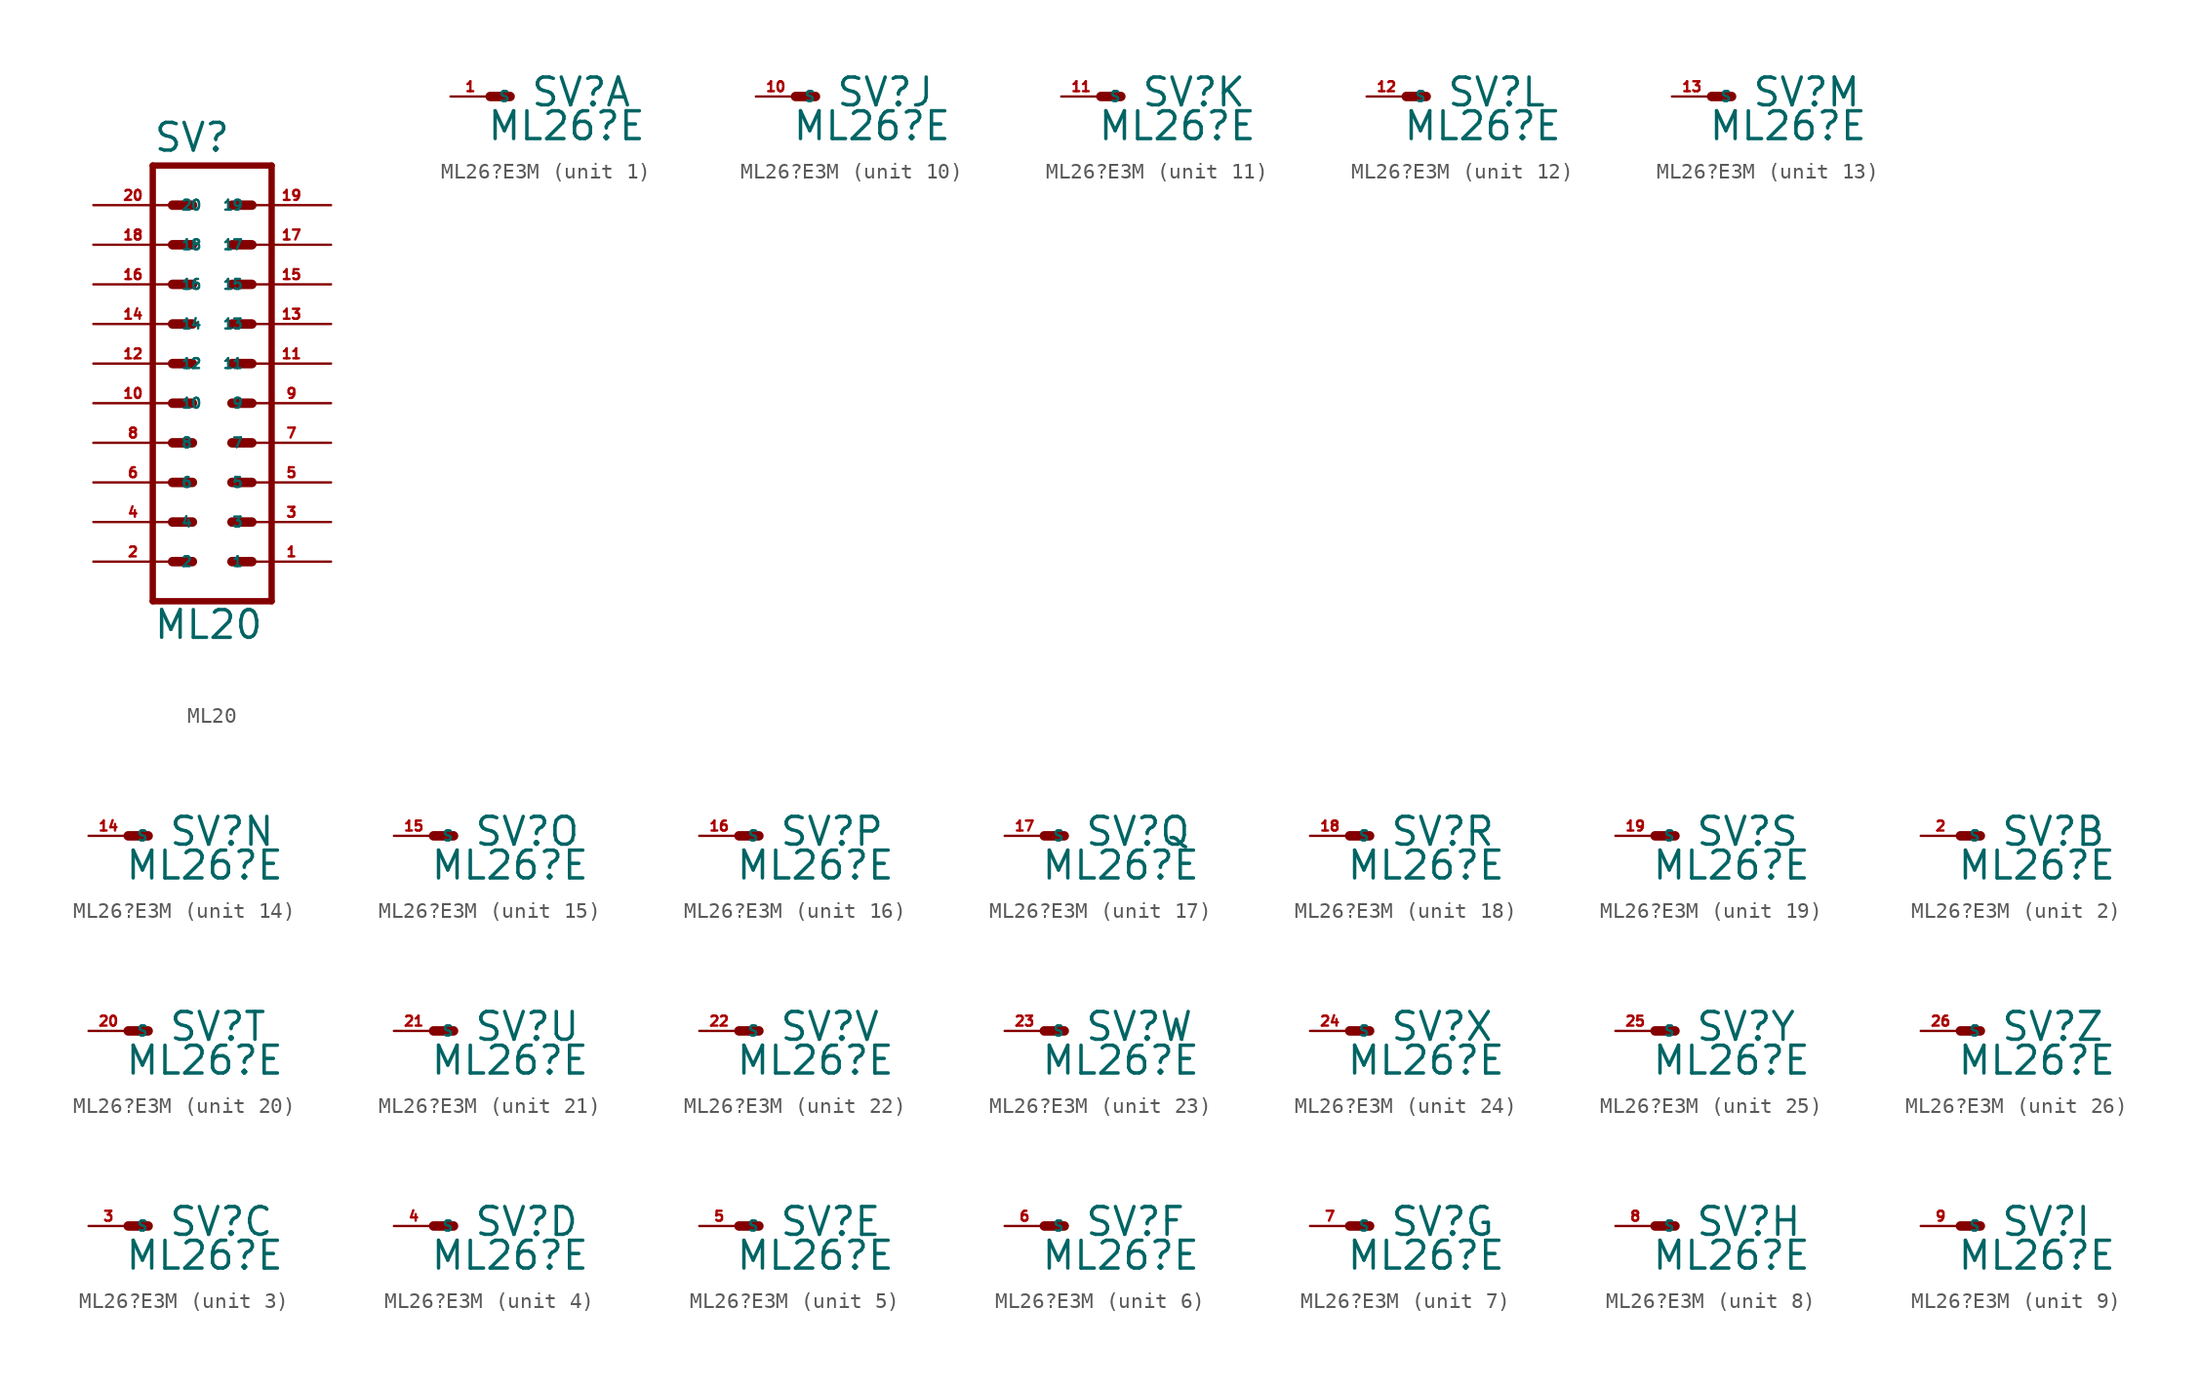
<source format=kicad_sym>
(kicad_symbol_lib
  (version 20220914)
  (generator Eagle2Kicad)
  (symbol "ML20"
    (property "Reference" "SV"
      (at -3.81 13.462 0)
      (effects (font (size 1.778 1.778) (thickness 0.22)) (justify left bottom)))
    (property "Value" "ML20"
      (at -3.81 -17.78 0)
      (effects (font (size 1.778 1.778) (thickness 0.22)) (justify left bottom)))
    (polyline
      (pts (xy 3.81 -15.24) (xy -3.81 -15.24))
      (stroke (width 0.406) (type default))
      (fill (type none)))
    (polyline
      (pts (xy -3.81 12.7) (xy -3.81 -15.24))
      (stroke (width 0.406) (type default))
      (fill (type none)))
    (polyline
      (pts (xy -3.81 12.7) (xy 3.81 12.7))
      (stroke (width 0.406) (type default))
      (fill (type none)))
    (polyline
      (pts (xy 3.81 -15.24) (xy 3.81 12.7))
      (stroke (width 0.406) (type default))
      (fill (type none)))
    (polyline
      (pts (xy 1.27 -2.54) (xy 2.54 -2.54))
      (stroke (width 0.61) (type default))
      (fill (type none)))
    (polyline
      (pts (xy 1.27 -5.08) (xy 2.54 -5.08))
      (stroke (width 0.61) (type default))
      (fill (type none)))
    (polyline
      (pts (xy 1.27 -7.62) (xy 2.54 -7.62))
      (stroke (width 0.61) (type default))
      (fill (type none)))
    (polyline
      (pts (xy 1.27 -10.16) (xy 2.54 -10.16))
      (stroke (width 0.61) (type default))
      (fill (type none)))
    (polyline
      (pts (xy 1.27 -12.7) (xy 2.54 -12.7))
      (stroke (width 0.61) (type default))
      (fill (type none)))
    (polyline
      (pts (xy -2.54 -2.54) (xy -1.27 -2.54))
      (stroke (width 0.61) (type default))
      (fill (type none)))
    (polyline
      (pts (xy -2.54 -5.08) (xy -1.27 -5.08))
      (stroke (width 0.61) (type default))
      (fill (type none)))
    (polyline
      (pts (xy -2.54 -7.62) (xy -1.27 -7.62))
      (stroke (width 0.61) (type default))
      (fill (type none)))
    (polyline
      (pts (xy -2.54 -10.16) (xy -1.27 -10.16))
      (stroke (width 0.61) (type default))
      (fill (type none)))
    (polyline
      (pts (xy -2.54 -12.7) (xy -1.27 -12.7))
      (stroke (width 0.61) (type default))
      (fill (type none)))
    (polyline
      (pts (xy 1.27 0) (xy 2.54 0))
      (stroke (width 0.61) (type default))
      (fill (type none)))
    (polyline
      (pts (xy 1.27 2.54) (xy 2.54 2.54))
      (stroke (width 0.61) (type default))
      (fill (type none)))
    (polyline
      (pts (xy 1.27 5.08) (xy 2.54 5.08))
      (stroke (width 0.61) (type default))
      (fill (type none)))
    (polyline
      (pts (xy 1.27 7.62) (xy 2.54 7.62))
      (stroke (width 0.61) (type default))
      (fill (type none)))
    (polyline
      (pts (xy 1.27 10.16) (xy 2.54 10.16))
      (stroke (width 0.61) (type default))
      (fill (type none)))
    (polyline
      (pts (xy -2.54 0) (xy -1.27 0))
      (stroke (width 0.61) (type default))
      (fill (type none)))
    (polyline
      (pts (xy -2.54 2.54) (xy -1.27 2.54))
      (stroke (width 0.61) (type default))
      (fill (type none)))
    (polyline
      (pts (xy -2.54 5.08) (xy -1.27 5.08))
      (stroke (width 0.61) (type default))
      (fill (type none)))
    (polyline
      (pts (xy -2.54 7.62) (xy -1.27 7.62))
      (stroke (width 0.61) (type default))
      (fill (type none)))
    (polyline
      (pts (xy -2.54 10.16) (xy -1.27 10.16))
      (stroke (width 0.61) (type default))
      (fill (type none)))
    (pin passive line
      (at 7.62 -12.7 180)
      (length 5.08)
      (name "1" (effects (font (size 0.635 0.635) (thickness 0.08)) (justify left bottom)))
      (number "1" (effects (font (size 0.635 0.635) (thickness 0.08)) (justify left bottom))))
    (pin passive line
      (at 7.62 -10.16 180)
      (length 5.08)
      (name "3" (effects (font (size 0.635 0.635) (thickness 0.08)) (justify left bottom)))
      (number "3" (effects (font (size 0.635 0.635) (thickness 0.08)) (justify left bottom))))
    (pin passive line
      (at 7.62 -7.62 180)
      (length 5.08)
      (name "5" (effects (font (size 0.635 0.635) (thickness 0.08)) (justify left bottom)))
      (number "5" (effects (font (size 0.635 0.635) (thickness 0.08)) (justify left bottom))))
    (pin passive line
      (at 7.62 -5.08 180)
      (length 5.08)
      (name "7" (effects (font (size 0.635 0.635) (thickness 0.08)) (justify left bottom)))
      (number "7" (effects (font (size 0.635 0.635) (thickness 0.08)) (justify left bottom))))
    (pin passive line
      (at 7.62 -2.54 180)
      (length 5.08)
      (name "9" (effects (font (size 0.635 0.635) (thickness 0.08)) (justify left bottom)))
      (number "9" (effects (font (size 0.635 0.635) (thickness 0.08)) (justify left bottom))))
    (pin passive line
      (at 7.62 0 180)
      (length 5.08)
      (name "11" (effects (font (size 0.635 0.635) (thickness 0.08)) (justify left bottom)))
      (number "11" (effects (font (size 0.635 0.635) (thickness 0.08)) (justify left bottom))))
    (pin passive line
      (at 7.62 2.54 180)
      (length 5.08)
      (name "13" (effects (font (size 0.635 0.635) (thickness 0.08)) (justify left bottom)))
      (number "13" (effects (font (size 0.635 0.635) (thickness 0.08)) (justify left bottom))))
    (pin passive line
      (at 7.62 5.08 180)
      (length 5.08)
      (name "15" (effects (font (size 0.635 0.635) (thickness 0.08)) (justify left bottom)))
      (number "15" (effects (font (size 0.635 0.635) (thickness 0.08)) (justify left bottom))))
    (pin passive line
      (at 7.62 7.62 180)
      (length 5.08)
      (name "17" (effects (font (size 0.635 0.635) (thickness 0.08)) (justify left bottom)))
      (number "17" (effects (font (size 0.635 0.635) (thickness 0.08)) (justify left bottom))))
    (pin passive line
      (at 7.62 10.16 180)
      (length 5.08)
      (name "19" (effects (font (size 0.635 0.635) (thickness 0.08)) (justify left bottom)))
      (number "19" (effects (font (size 0.635 0.635) (thickness 0.08)) (justify left bottom))))
    (pin passive line
      (at -7.62 -12.7 0)
      (length 5.08)
      (name "2" (effects (font (size 0.635 0.635) (thickness 0.08)) (justify left bottom)))
      (number "2" (effects (font (size 0.635 0.635) (thickness 0.08)) (justify left bottom))))
    (pin passive line
      (at -7.62 -10.16 0)
      (length 5.08)
      (name "4" (effects (font (size 0.635 0.635) (thickness 0.08)) (justify left bottom)))
      (number "4" (effects (font (size 0.635 0.635) (thickness 0.08)) (justify left bottom))))
    (pin passive line
      (at -7.62 -7.62 0)
      (length 5.08)
      (name "6" (effects (font (size 0.635 0.635) (thickness 0.08)) (justify left bottom)))
      (number "6" (effects (font (size 0.635 0.635) (thickness 0.08)) (justify left bottom))))
    (pin passive line
      (at -7.62 -5.08 0)
      (length 5.08)
      (name "8" (effects (font (size 0.635 0.635) (thickness 0.08)) (justify left bottom)))
      (number "8" (effects (font (size 0.635 0.635) (thickness 0.08)) (justify left bottom))))
    (pin passive line
      (at -7.62 -2.54 0)
      (length 5.08)
      (name "10" (effects (font (size 0.635 0.635) (thickness 0.08)) (justify left bottom)))
      (number "10" (effects (font (size 0.635 0.635) (thickness 0.08)) (justify left bottom))))
    (pin passive line
      (at -7.62 0 0)
      (length 5.08)
      (name "12" (effects (font (size 0.635 0.635) (thickness 0.08)) (justify left bottom)))
      (number "12" (effects (font (size 0.635 0.635) (thickness 0.08)) (justify left bottom))))
    (pin passive line
      (at -7.62 2.54 0)
      (length 5.08)
      (name "14" (effects (font (size 0.635 0.635) (thickness 0.08)) (justify left bottom)))
      (number "14" (effects (font (size 0.635 0.635) (thickness 0.08)) (justify left bottom))))
    (pin passive line
      (at -7.62 5.08 0)
      (length 5.08)
      (name "16" (effects (font (size 0.635 0.635) (thickness 0.08)) (justify left bottom)))
      (number "16" (effects (font (size 0.635 0.635) (thickness 0.08)) (justify left bottom))))
    (pin passive line
      (at -7.62 7.62 0)
      (length 5.08)
      (name "18" (effects (font (size 0.635 0.635) (thickness 0.08)) (justify left bottom)))
      (number "18" (effects (font (size 0.635 0.635) (thickness 0.08)) (justify left bottom))))
    (pin passive line
      (at -7.62 10.16 0)
      (length 5.08)
      (name "20" (effects (font (size 0.635 0.635) (thickness 0.08)) (justify left bottom)))
      (number "20" (effects (font (size 0.635 0.635) (thickness 0.08)) (justify left bottom)))))
  (symbol "ML26?E3M"
    (property "Reference" "SV"
      (at 2.54 -0.762 0)
      (effects (font (size 1.778 1.778) (thickness 0.22)) (justify left bottom)))
    (property "Value" "ML26?E"
      (at -0.254 -2.921 0)
      (effects (font (size 1.778 1.778) (thickness 0.22)) (justify left bottom)))
    (symbol "ML26?E3M_1_0"
      (polyline (pts (xy 1.27 0) (xy 0 0)) (stroke (width 0.61) (type default)) (fill (type none)))
      (pin passive line (at -2.54 0 0) (length 2.54) (name "S" (effects (font (size 0.635 0.635) (thickness 0.08)) (justify left bottom))) (number "1" (effects (font (size 0.635 0.635) (thickness 0.08)) (justify left bottom)))))
    (symbol "ML26?E3M_2_0"
      (polyline (pts (xy 1.27 0) (xy 0 0)) (stroke (width 0.61) (type default)) (fill (type none)))
      (pin passive line (at -2.54 0 0) (length 2.54) (name "S" (effects (font (size 0.635 0.635) (thickness 0.08)) (justify left bottom))) (number "2" (effects (font (size 0.635 0.635) (thickness 0.08)) (justify left bottom)))))
    (symbol "ML26?E3M_3_0"
      (polyline (pts (xy 1.27 0) (xy 0 0)) (stroke (width 0.61) (type default)) (fill (type none)))
      (pin passive line (at -2.54 0 0) (length 2.54) (name "S" (effects (font (size 0.635 0.635) (thickness 0.08)) (justify left bottom))) (number "3" (effects (font (size 0.635 0.635) (thickness 0.08)) (justify left bottom)))))
    (symbol "ML26?E3M_4_0"
      (polyline (pts (xy 1.27 0) (xy 0 0)) (stroke (width 0.61) (type default)) (fill (type none)))
      (pin passive line (at -2.54 0 0) (length 2.54) (name "S" (effects (font (size 0.635 0.635) (thickness 0.08)) (justify left bottom))) (number "4" (effects (font (size 0.635 0.635) (thickness 0.08)) (justify left bottom)))))
    (symbol "ML26?E3M_5_0"
      (polyline (pts (xy 1.27 0) (xy 0 0)) (stroke (width 0.61) (type default)) (fill (type none)))
      (pin passive line (at -2.54 0 0) (length 2.54) (name "S" (effects (font (size 0.635 0.635) (thickness 0.08)) (justify left bottom))) (number "5" (effects (font (size 0.635 0.635) (thickness 0.08)) (justify left bottom)))))
    (symbol "ML26?E3M_6_0"
      (polyline (pts (xy 1.27 0) (xy 0 0)) (stroke (width 0.61) (type default)) (fill (type none)))
      (pin passive line (at -2.54 0 0) (length 2.54) (name "S" (effects (font (size 0.635 0.635) (thickness 0.08)) (justify left bottom))) (number "6" (effects (font (size 0.635 0.635) (thickness 0.08)) (justify left bottom)))))
    (symbol "ML26?E3M_7_0"
      (polyline (pts (xy 1.27 0) (xy 0 0)) (stroke (width 0.61) (type default)) (fill (type none)))
      (pin passive line (at -2.54 0 0) (length 2.54) (name "S" (effects (font (size 0.635 0.635) (thickness 0.08)) (justify left bottom))) (number "7" (effects (font (size 0.635 0.635) (thickness 0.08)) (justify left bottom)))))
    (symbol "ML26?E3M_8_0"
      (polyline (pts (xy 1.27 0) (xy 0 0)) (stroke (width 0.61) (type default)) (fill (type none)))
      (pin passive line (at -2.54 0 0) (length 2.54) (name "S" (effects (font (size 0.635 0.635) (thickness 0.08)) (justify left bottom))) (number "8" (effects (font (size 0.635 0.635) (thickness 0.08)) (justify left bottom)))))
    (symbol "ML26?E3M_9_0"
      (polyline (pts (xy 1.27 0) (xy 0 0)) (stroke (width 0.61) (type default)) (fill (type none)))
      (pin passive line (at -2.54 0 0) (length 2.54) (name "S" (effects (font (size 0.635 0.635) (thickness 0.08)) (justify left bottom))) (number "9" (effects (font (size 0.635 0.635) (thickness 0.08)) (justify left bottom)))))
    (symbol "ML26?E3M_10_0"
      (polyline (pts (xy 1.27 0) (xy 0 0)) (stroke (width 0.61) (type default)) (fill (type none)))
      (pin passive line (at -2.54 0 0) (length 2.54) (name "S" (effects (font (size 0.635 0.635) (thickness 0.08)) (justify left bottom))) (number "10" (effects (font (size 0.635 0.635) (thickness 0.08)) (justify left bottom)))))
    (symbol "ML26?E3M_11_0"
      (polyline (pts (xy 1.27 0) (xy 0 0)) (stroke (width 0.61) (type default)) (fill (type none)))
      (pin passive line (at -2.54 0 0) (length 2.54) (name "S" (effects (font (size 0.635 0.635) (thickness 0.08)) (justify left bottom))) (number "11" (effects (font (size 0.635 0.635) (thickness 0.08)) (justify left bottom)))))
    (symbol "ML26?E3M_12_0"
      (polyline (pts (xy 1.27 0) (xy 0 0)) (stroke (width 0.61) (type default)) (fill (type none)))
      (pin passive line (at -2.54 0 0) (length 2.54) (name "S" (effects (font (size 0.635 0.635) (thickness 0.08)) (justify left bottom))) (number "12" (effects (font (size 0.635 0.635) (thickness 0.08)) (justify left bottom)))))
    (symbol "ML26?E3M_13_0"
      (polyline (pts (xy 1.27 0) (xy 0 0)) (stroke (width 0.61) (type default)) (fill (type none)))
      (pin passive line (at -2.54 0 0) (length 2.54) (name "S" (effects (font (size 0.635 0.635) (thickness 0.08)) (justify left bottom))) (number "13" (effects (font (size 0.635 0.635) (thickness 0.08)) (justify left bottom)))))
    (symbol "ML26?E3M_14_0"
      (polyline (pts (xy 1.27 0) (xy 0 0)) (stroke (width 0.61) (type default)) (fill (type none)))
      (pin passive line (at -2.54 0 0) (length 2.54) (name "S" (effects (font (size 0.635 0.635) (thickness 0.08)) (justify left bottom))) (number "14" (effects (font (size 0.635 0.635) (thickness 0.08)) (justify left bottom)))))
    (symbol "ML26?E3M_15_0"
      (polyline (pts (xy 1.27 0) (xy 0 0)) (stroke (width 0.61) (type default)) (fill (type none)))
      (pin passive line (at -2.54 0 0) (length 2.54) (name "S" (effects (font (size 0.635 0.635) (thickness 0.08)) (justify left bottom))) (number "15" (effects (font (size 0.635 0.635) (thickness 0.08)) (justify left bottom)))))
    (symbol "ML26?E3M_16_0"
      (polyline (pts (xy 1.27 0) (xy 0 0)) (stroke (width 0.61) (type default)) (fill (type none)))
      (pin passive line (at -2.54 0 0) (length 2.54) (name "S" (effects (font (size 0.635 0.635) (thickness 0.08)) (justify left bottom))) (number "16" (effects (font (size 0.635 0.635) (thickness 0.08)) (justify left bottom)))))
    (symbol "ML26?E3M_17_0"
      (polyline (pts (xy 1.27 0) (xy 0 0)) (stroke (width 0.61) (type default)) (fill (type none)))
      (pin passive line (at -2.54 0 0) (length 2.54) (name "S" (effects (font (size 0.635 0.635) (thickness 0.08)) (justify left bottom))) (number "17" (effects (font (size 0.635 0.635) (thickness 0.08)) (justify left bottom)))))
    (symbol "ML26?E3M_18_0"
      (polyline (pts (xy 1.27 0) (xy 0 0)) (stroke (width 0.61) (type default)) (fill (type none)))
      (pin passive line (at -2.54 0 0) (length 2.54) (name "S" (effects (font (size 0.635 0.635) (thickness 0.08)) (justify left bottom))) (number "18" (effects (font (size 0.635 0.635) (thickness 0.08)) (justify left bottom)))))
    (symbol "ML26?E3M_19_0"
      (polyline (pts (xy 1.27 0) (xy 0 0)) (stroke (width 0.61) (type default)) (fill (type none)))
      (pin passive line (at -2.54 0 0) (length 2.54) (name "S" (effects (font (size 0.635 0.635) (thickness 0.08)) (justify left bottom))) (number "19" (effects (font (size 0.635 0.635) (thickness 0.08)) (justify left bottom)))))
    (symbol "ML26?E3M_20_0"
      (polyline (pts (xy 1.27 0) (xy 0 0)) (stroke (width 0.61) (type default)) (fill (type none)))
      (pin passive line (at -2.54 0 0) (length 2.54) (name "S" (effects (font (size 0.635 0.635) (thickness 0.08)) (justify left bottom))) (number "20" (effects (font (size 0.635 0.635) (thickness 0.08)) (justify left bottom)))))
    (symbol "ML26?E3M_21_0"
      (polyline (pts (xy 1.27 0) (xy 0 0)) (stroke (width 0.61) (type default)) (fill (type none)))
      (pin passive line (at -2.54 0 0) (length 2.54) (name "S" (effects (font (size 0.635 0.635) (thickness 0.08)) (justify left bottom))) (number "21" (effects (font (size 0.635 0.635) (thickness 0.08)) (justify left bottom)))))
    (symbol "ML26?E3M_22_0"
      (polyline (pts (xy 1.27 0) (xy 0 0)) (stroke (width 0.61) (type default)) (fill (type none)))
      (pin passive line (at -2.54 0 0) (length 2.54) (name "S" (effects (font (size 0.635 0.635) (thickness 0.08)) (justify left bottom))) (number "22" (effects (font (size 0.635 0.635) (thickness 0.08)) (justify left bottom)))))
    (symbol "ML26?E3M_23_0"
      (polyline (pts (xy 1.27 0) (xy 0 0)) (stroke (width 0.61) (type default)) (fill (type none)))
      (pin passive line (at -2.54 0 0) (length 2.54) (name "S" (effects (font (size 0.635 0.635) (thickness 0.08)) (justify left bottom))) (number "23" (effects (font (size 0.635 0.635) (thickness 0.08)) (justify left bottom)))))
    (symbol "ML26?E3M_24_0"
      (polyline (pts (xy 1.27 0) (xy 0 0)) (stroke (width 0.61) (type default)) (fill (type none)))
      (pin passive line (at -2.54 0 0) (length 2.54) (name "S" (effects (font (size 0.635 0.635) (thickness 0.08)) (justify left bottom))) (number "24" (effects (font (size 0.635 0.635) (thickness 0.08)) (justify left bottom)))))
    (symbol "ML26?E3M_25_0"
      (polyline (pts (xy 1.27 0) (xy 0 0)) (stroke (width 0.61) (type default)) (fill (type none)))
      (pin passive line (at -2.54 0 0) (length 2.54) (name "S" (effects (font (size 0.635 0.635) (thickness 0.08)) (justify left bottom))) (number "25" (effects (font (size 0.635 0.635) (thickness 0.08)) (justify left bottom)))))
    (symbol "ML26?E3M_26_0"
      (polyline (pts (xy 1.27 0) (xy 0 0)) (stroke (width 0.61) (type default)) (fill (type none)))
      (pin passive line (at -2.54 0 0) (length 2.54) (name "S" (effects (font (size 0.635 0.635) (thickness 0.08)) (justify left bottom))) (number "26" (effects (font (size 0.635 0.635) (thickness 0.08)) (justify left bottom)))))))
</source>
